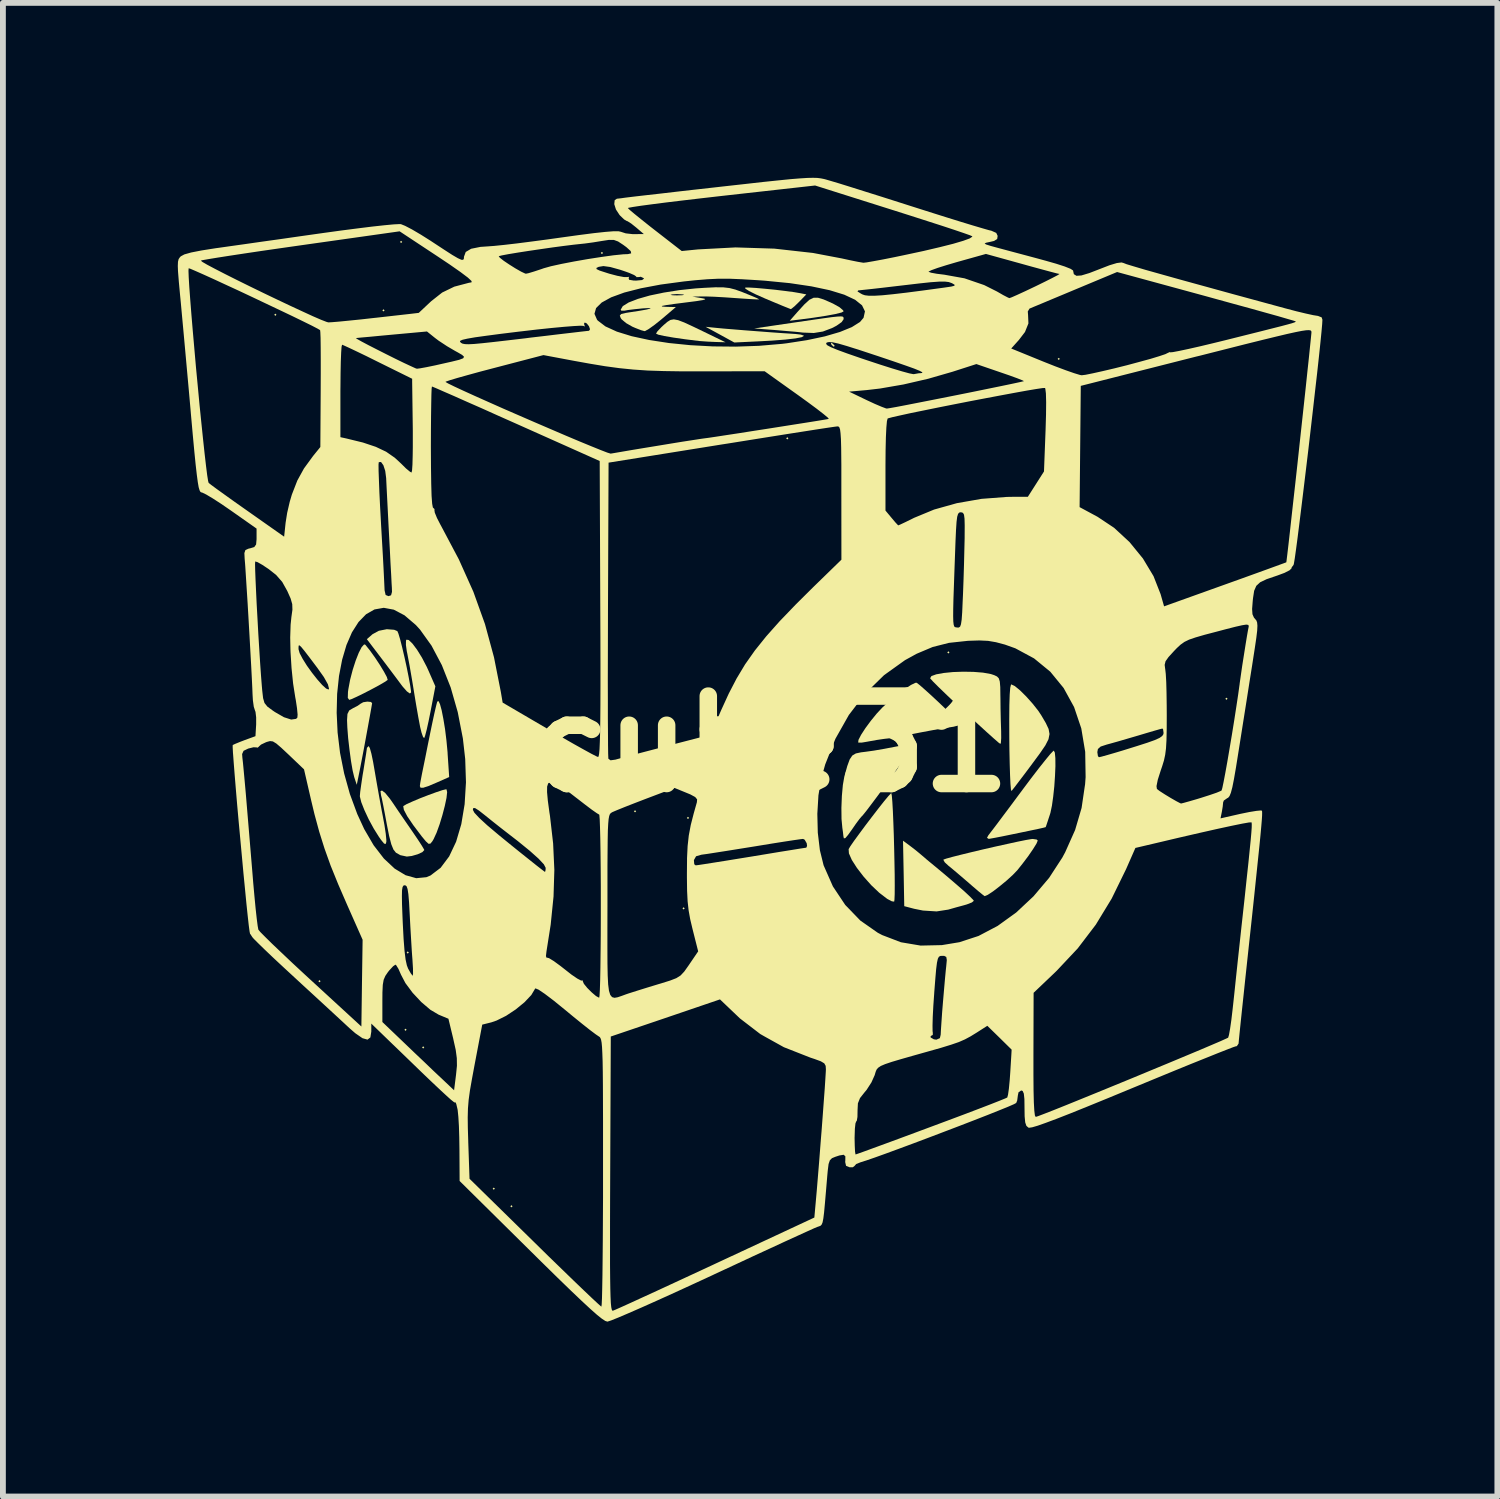
<source format=kicad_pcb>
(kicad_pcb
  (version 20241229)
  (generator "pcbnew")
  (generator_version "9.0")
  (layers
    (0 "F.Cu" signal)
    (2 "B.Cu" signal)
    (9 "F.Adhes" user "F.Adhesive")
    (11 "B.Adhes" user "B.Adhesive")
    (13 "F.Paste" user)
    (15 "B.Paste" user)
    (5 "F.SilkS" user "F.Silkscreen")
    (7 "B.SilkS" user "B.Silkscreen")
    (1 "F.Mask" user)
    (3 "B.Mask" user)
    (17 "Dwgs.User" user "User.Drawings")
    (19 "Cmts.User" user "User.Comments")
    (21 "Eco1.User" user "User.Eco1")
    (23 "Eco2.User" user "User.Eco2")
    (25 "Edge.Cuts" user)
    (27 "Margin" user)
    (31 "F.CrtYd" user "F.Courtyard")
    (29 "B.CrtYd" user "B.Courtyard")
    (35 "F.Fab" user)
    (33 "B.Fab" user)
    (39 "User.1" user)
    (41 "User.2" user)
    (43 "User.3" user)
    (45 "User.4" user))
  (footprint "cube31"
    (layer "F.Cu")
    (at 10.171 9.712)
    (property "Reference" "cube31" (at 0 0 0) (layer "F.SilkS") (effects (font (size 1.5 1.5) (thickness 0.3))))
    (attr board_only exclude_from_pos_files exclude_from_bom)
    (fp_poly (pts (xy -8.479 -7.363) (xy -8.498 -7.344) (xy -8.517 -7.363) (xy -8.498 -7.382)) (stroke (width 0) (type solid)) (fill yes) (layer "F.SilkS"))
    (fp_poly (pts (xy -7.722 4.069) (xy -7.741 4.088) (xy -7.76 4.069) (xy -7.741 4.05)) (stroke (width 0) (type solid)) (fill yes) (layer "F.SilkS"))
    (fp_poly (pts (xy -6.624 -7.438) (xy -6.643 -7.419) (xy -6.662 -7.438) (xy -6.643 -7.457)) (stroke (width 0) (type solid)) (fill yes) (layer "F.SilkS"))
    (fp_poly (pts (xy -6.322 -8.612) (xy -6.341 -8.593) (xy -6.359 -8.612) (xy -6.341 -8.631)) (stroke (width 0) (type solid)) (fill yes) (layer "F.SilkS"))
    (fp_poly (pts (xy -6.246 4.902) (xy -6.265 4.921) (xy -6.284 4.902) (xy -6.265 4.883)) (stroke (width 0) (type solid)) (fill yes) (layer "F.SilkS"))
    (fp_poly (pts (xy -6.208 3.577) (xy -6.227 3.596) (xy -6.246 3.577) (xy -6.227 3.558)) (stroke (width 0) (type solid)) (fill yes) (layer "F.SilkS"))
    (fp_poly (pts (xy -5.943 5.205) (xy -5.962 5.224) (xy -5.981 5.205) (xy -5.962 5.186)) (stroke (width 0) (type solid)) (fill yes) (layer "F.SilkS"))
    (fp_poly (pts (xy -4.732 7.628) (xy -4.751 7.646) (xy -4.77 7.628) (xy -4.751 7.609)) (stroke (width 0) (type solid)) (fill yes) (layer "F.SilkS"))
    (fp_poly (pts (xy -4.429 7.93) (xy -4.448 7.949) (xy -4.467 7.93) (xy -4.448 7.911)) (stroke (width 0) (type solid)) (fill yes) (layer "F.SilkS"))
    (fp_poly (pts (xy -2.877 -8.423) (xy -2.896 -8.404) (xy -2.915 -8.423) (xy -2.896 -8.441)) (stroke (width 0) (type solid)) (fill yes) (layer "F.SilkS"))
    (fp_poly (pts (xy -2.309 1.155) (xy -2.328 1.173) (xy -2.347 1.155) (xy -2.328 1.136)) (stroke (width 0) (type solid)) (fill yes) (layer "F.SilkS"))
    (fp_poly (pts (xy -1.476 2.82) (xy -1.495 2.839) (xy -1.514 2.82) (xy -1.495 2.801)) (stroke (width 0) (type solid)) (fill yes) (layer "F.SilkS"))
    (fp_poly (pts (xy -1.401 1.268) (xy -1.42 1.287) (xy -1.438 1.268) (xy -1.42 1.249)) (stroke (width 0) (type solid)) (fill yes) (layer "F.SilkS"))
    (fp_poly (pts (xy 0.303 -5.243) (xy 0.284 -5.224) (xy 0.265 -5.243) (xy 0.284 -5.262)) (stroke (width 0) (type solid)) (fill yes) (layer "F.SilkS"))
    (fp_poly (pts (xy 3.066 -1.571) (xy 3.047 -1.552) (xy 3.028 -1.571) (xy 3.047 -1.59)) (stroke (width 0) (type solid)) (fill yes) (layer "F.SilkS"))
    (fp_poly (pts (xy 4.959 -6.606) (xy 4.94 -6.587) (xy 4.921 -6.606) (xy 4.94 -6.624)) (stroke (width 0) (type solid)) (fill yes) (layer "F.SilkS"))
    (fp_poly (pts (xy 7.836 -0.776) (xy 7.817 -0.757) (xy 7.798 -0.776) (xy 7.817 -0.795)) (stroke (width 0) (type solid)) (fill yes) (layer "F.SilkS"))
    (fp_poly (pts (xy 1.054 -6.874) (xy 1.095 -6.836) (xy 1.086 -6.814) (xy 1.081 -6.814) (xy 1.049 -6.841) (xy 1.037 -6.857) (xy 1.033 -6.883)) (stroke (width 0) (type solid)) (fill yes) (layer "F.SilkS"))
    (fp_poly (pts (xy 0.902 -7.627) (xy 0.915 -7.622) (xy 1.067 -7.555) (xy 1.181 -7.491) (xy 1.242 -7.438) (xy 1.249 -7.42) (xy 1.213 -7.401) (xy 1.109 -7.375) (xy 0.946 -7.345) (xy 0.731 -7.312) (xy 0.513 -7.283) (xy 0.326 -7.26) (xy 0.454 -7.406) (xy 0.574 -7.538) (xy 0.662 -7.619) (xy 0.736 -7.655) (xy 0.81 -7.655)) (stroke (width 0) (type solid)) (fill yes) (layer "F.SilkS"))
    (fp_poly (pts (xy -0.927 -7.137) (xy -0.812 -7.126) (xy -0.641 -7.112) (xy -0.433 -7.095) (xy -0.209 -7.078) (xy 0.012 -7.061) (xy 0.211 -7.047) (xy 0.367 -7.037) (xy 0.426 -7.033) (xy 0.517 -7.022) (xy 0.566 -7.005) (xy 0.568 -7) (xy 0.531 -6.978) (xy 0.423 -6.957) (xy 0.25 -6.937) (xy 0.016 -6.919) (xy -0.206 -6.907) (xy -0.625 -6.887) (xy -0.871 -7.022) (xy -1.117 -7.156)) (stroke (width 0) (type solid)) (fill yes) (layer "F.SilkS"))
    (fp_poly (pts (xy -0.256 -7.823) (xy -0.1 -7.809) (xy 0.074 -7.792) (xy 0.247 -7.771) (xy 0.399 -7.751) (xy 0.504 -7.733) (xy 0.61 -7.712) (xy 0.487 -7.585) (xy 0.41 -7.51) (xy 0.356 -7.466) (xy 0.343 -7.46) (xy 0.302 -7.476) (xy 0.205 -7.515) (xy 0.068 -7.572) (xy -0.094 -7.64) (xy -0.254 -7.711) (xy -0.372 -7.77) (xy -0.436 -7.811) (xy -0.44 -7.829) (xy -0.376 -7.83)) (stroke (width 0) (type solid)) (fill yes) (layer "F.SilkS"))
    (fp_poly (pts (xy -1.588 -7.27) (xy -1.483 -7.23) (xy -1.334 -7.161) (xy -1.155 -7.075) (xy -0.776 -6.891) (xy -0.946 -6.896) (xy -1.081 -6.902) (xy -1.205 -6.911) (xy -1.23 -6.913) (xy -1.466 -6.942) (xy -1.667 -6.971) (xy -1.825 -6.998) (xy -1.929 -7.021) (xy -1.968 -7.04) (xy -1.968 -7.041) (xy -1.942 -7.081) (xy -1.876 -7.15) (xy -1.833 -7.19) (xy -1.772 -7.242) (xy -1.72 -7.274) (xy -1.663 -7.284)) (stroke (width 0) (type solid)) (fill yes) (layer "F.SilkS"))
    (fp_poly (pts (xy 1.237 -7.33) (xy 1.248 -7.317) (xy 1.25 -7.299) (xy 1.249 -7.285) (xy 1.216 -7.237) (xy 1.13 -7.176) (xy 1.05 -7.134) (xy 0.894 -7.075) (xy 0.739 -7.05) (xy 0.553 -7.057) (xy 0.492 -7.064) (xy 0.412 -7.072) (xy 0.28 -7.083) (xy 0.12 -7.097) (xy 0.057 -7.102) (xy -0.284 -7.128) (xy 0.435 -7.234) (xy 0.702 -7.273) (xy 0.904 -7.302) (xy 1.049 -7.322) (xy 1.146 -7.332) (xy 1.206 -7.335)) (stroke (width 0) (type solid)) (fill yes) (layer "F.SilkS"))
    (fp_poly (pts (xy -6.459 -1.959) (xy -6.405 -1.936) (xy -6.387 -1.894) (xy -6.357 -1.794) (xy -6.321 -1.652) (xy -6.282 -1.486) (xy -6.244 -1.312) (xy -6.211 -1.147) (xy -6.185 -1.006) (xy -6.171 -0.908) (xy -6.17 -0.884) (xy -6.19 -0.866) (xy -6.242 -0.903) (xy -6.315 -0.986) (xy -6.343 -1.023) (xy -6.415 -1.12) (xy -6.517 -1.256) (xy -6.631 -1.407) (xy -6.691 -1.486) (xy -6.928 -1.798) (xy -6.831 -1.883) (xy -6.722 -1.942) (xy -6.586 -1.969)) (stroke (width 0) (type solid)) (fill yes) (layer "F.SilkS"))
    (fp_poly (pts (xy -6.955 -1.703) (xy -6.876 -1.605) (xy -6.79 -1.485) (xy -6.706 -1.358) (xy -6.635 -1.241) (xy -6.586 -1.15) (xy -6.571 -1.101) (xy -6.572 -1.098) (xy -6.625 -1.062) (xy -6.723 -1.005) (xy -6.848 -0.938) (xy -6.981 -0.869) (xy -7.102 -0.81) (xy -7.193 -0.769) (xy -7.231 -0.757) (xy -7.255 -0.791) (xy -7.252 -0.893) (xy -7.246 -0.937) (xy -7.215 -1.103) (xy -7.171 -1.272) (xy -7.12 -1.43) (xy -7.067 -1.565) (xy -7.017 -1.662) (xy -6.975 -1.708)) (stroke (width 0) (type solid)) (fill yes) (layer "F.SilkS"))
    (fp_poly (pts (xy 2.374 1.736) (xy 2.482 1.819) (xy 2.58 1.9) (xy 2.671 1.978) (xy 2.75 2.044) (xy 2.751 2.044) (xy 2.975 2.23) (xy 3.165 2.392) (xy 3.316 2.523) (xy 3.421 2.621) (xy 3.476 2.678) (xy 3.483 2.69) (xy 3.45 2.718) (xy 3.366 2.751) (xy 3.322 2.764) (xy 3.189 2.8) (xy 3.066 2.835) (xy 3.045 2.841) (xy 2.845 2.872) (xy 2.611 2.857) (xy 2.461 2.827) (xy 2.29 2.782) (xy 2.28 2.221) (xy 2.269 1.659)) (stroke (width 0) (type solid)) (fill yes) (layer "F.SilkS"))
    (fp_poly (pts (xy -6.858 -0.721) (xy -6.838 -0.7) (xy -6.852 -0.617) (xy -6.877 -0.477) (xy -6.909 -0.301) (xy -6.945 -0.105) (xy -6.981 0.091) (xy -7.015 0.268) (xy -7.042 0.408) (xy -7.055 0.473) (xy -7.101 0.7) (xy -7.145 0.568) (xy -7.172 0.456) (xy -7.2 0.293) (xy -7.226 0.099) (xy -7.249 -0.1) (xy -7.263 -0.282) (xy -7.268 -0.408) (xy -7.261 -0.515) (xy -7.231 -0.575) (xy -7.164 -0.615) (xy -7.083 -0.657) (xy -7.039 -0.689) (xy -6.991 -0.716) (xy -6.92 -0.727)) (stroke (width 0) (type solid)) (fill yes) (layer "F.SilkS"))
    (fp_poly (pts (xy -6.21 -1.784) (xy -6.146 -1.722) (xy -6.067 -1.617) (xy -5.983 -1.481) (xy -5.902 -1.326) (xy -5.872 -1.26) (xy -5.753 -0.989) (xy -5.835 -0.561) (xy -5.87 -0.388) (xy -5.902 -0.244) (xy -5.929 -0.142) (xy -5.944 -0.102) (xy -5.964 -0.119) (xy -5.99 -0.194) (xy -6.014 -0.291) (xy -6.045 -0.456) (xy -6.078 -0.644) (xy -6.097 -0.757) (xy -6.15 -1.082) (xy -6.195 -1.343) (xy -6.234 -1.548) (xy -6.243 -1.59) (xy -6.258 -1.698) (xy -6.257 -1.773) (xy -6.25 -1.789)) (stroke (width 0) (type solid)) (fill yes) (layer "F.SilkS"))
    (fp_poly (pts (xy -5.562 0.778) (xy -5.551 0.825) (xy -5.562 0.925) (xy -5.591 1.062) (xy -5.632 1.219) (xy -5.68 1.377) (xy -5.732 1.521) (xy -5.783 1.632) (xy -5.805 1.669) (xy -5.838 1.709) (xy -5.87 1.712) (xy -5.916 1.67) (xy -5.988 1.583) (xy -6.132 1.392) (xy -6.235 1.24) (xy -6.293 1.13) (xy -6.304 1.069) (xy -6.299 1.063) (xy -6.247 1.032) (xy -6.147 0.987) (xy -6.017 0.932) (xy -5.875 0.877) (xy -5.741 0.828) (xy -5.633 0.792) (xy -5.57 0.777)) (stroke (width 0) (type solid)) (fill yes) (layer "F.SilkS"))
    (fp_poly (pts (xy -6.612 0.842) (xy -6.533 0.939) (xy -6.481 1.013) (xy -6.388 1.151) (xy -6.273 1.319) (xy -6.159 1.484) (xy -6.139 1.513) (xy -6.053 1.64) (xy -5.986 1.743) (xy -5.948 1.807) (xy -5.943 1.819) (xy -5.976 1.855) (xy -6.057 1.892) (xy -6.158 1.921) (xy -6.243 1.931) (xy -6.354 1.907) (xy -6.43 1.864) (xy -6.472 1.811) (xy -6.509 1.72) (xy -6.546 1.577) (xy -6.585 1.382) (xy -6.618 1.204) (xy -6.648 1.048) (xy -6.672 0.931) (xy -6.685 0.88) (xy -6.694 0.809) (xy -6.668 0.798)) (stroke (width 0) (type solid)) (fill yes) (layer "F.SilkS"))
    (fp_poly (pts (xy -5.674 -0.684) (xy -5.645 -0.578) (xy -5.616 -0.431) (xy -5.587 -0.255) (xy -5.563 -0.061) (xy -5.544 0.14) (xy -5.542 0.18) (xy -5.516 0.567) (xy -5.731 0.662) (xy -5.875 0.723) (xy -5.963 0.751) (xy -6.007 0.75) (xy -6.019 0.722) (xy -6.012 0.667) (xy -5.993 0.566) (xy -5.981 0.504) (xy -5.959 0.396) (xy -5.926 0.235) (xy -5.888 0.043) (xy -5.847 -0.159) (xy -5.846 -0.165) (xy -5.807 -0.354) (xy -5.771 -0.521) (xy -5.741 -0.65) (xy -5.722 -0.723) (xy -5.72 -0.727) (xy -5.7 -0.737)) (stroke (width 0) (type solid)) (fill yes) (layer "F.SilkS"))
    (fp_poly (pts (xy 4.186 -0.994) (xy 4.276 -0.92) (xy 4.383 -0.814) (xy 4.492 -0.692) (xy 4.59 -0.568) (xy 4.644 -0.486) (xy 4.719 -0.358) (xy 4.766 -0.258) (xy 4.782 -0.171) (xy 4.764 -0.081) (xy 4.71 0.025) (xy 4.616 0.162) (xy 4.484 0.341) (xy 4.366 0.499) (xy 4.262 0.636) (xy 4.183 0.74) (xy 4.136 0.799) (xy 4.129 0.807) (xy 4.12 0.779) (xy 4.112 0.686) (xy 4.105 0.537) (xy 4.099 0.341) (xy 4.094 0.108) (xy 4.092 -0.092) (xy 4.091 -0.416) (xy 4.093 -0.668) (xy 4.099 -0.85) (xy 4.108 -0.965) (xy 4.121 -1.018) (xy 4.126 -1.022)) (stroke (width 0) (type solid)) (fill yes) (layer "F.SilkS"))
    (fp_poly (pts (xy -6.876 0.073) (xy -6.85 0.167) (xy -6.821 0.307) (xy -6.797 0.445) (xy -6.759 0.667) (xy -6.715 0.914) (xy -6.673 1.144) (xy -6.657 1.226) (xy -6.626 1.393) (xy -6.604 1.54) (xy -6.594 1.645) (xy -6.594 1.68) (xy -6.607 1.717) (xy -6.634 1.707) (xy -6.686 1.643) (xy -6.723 1.59) (xy -6.81 1.451) (xy -6.896 1.293) (xy -6.97 1.135) (xy -7.024 0.998) (xy -7.048 0.901) (xy -7.048 0.89) (xy -7.042 0.82) (xy -7.025 0.697) (xy -7.002 0.542) (xy -6.987 0.454) (xy -6.962 0.297) (xy -6.941 0.168) (xy -6.929 0.086) (xy -6.927 0.066) (xy -6.899 0.038) (xy -6.895 0.038)) (stroke (width 0) (type solid)) (fill yes) (layer "F.SilkS"))
    (fp_poly (pts (xy 2.077 0.888) (xy 2.086 0.995) (xy 2.095 1.152) (xy 2.103 1.346) (xy 2.111 1.565) (xy 2.117 1.795) (xy 2.122 2.024) (xy 2.126 2.239) (xy 2.127 2.427) (xy 2.126 2.576) (xy 2.122 2.672) (xy 2.117 2.704) (xy 2.076 2.698) (xy 2.002 2.659) (xy 1.993 2.653) (xy 1.86 2.551) (xy 1.723 2.421) (xy 1.593 2.275) (xy 1.479 2.127) (xy 1.391 1.99) (xy 1.341 1.877) (xy 1.336 1.804) (xy 1.366 1.753) (xy 1.431 1.659) (xy 1.521 1.536) (xy 1.626 1.394) (xy 1.738 1.247) (xy 1.846 1.107) (xy 1.942 0.985) (xy 2.017 0.895) (xy 2.061 0.848) (xy 2.068 0.844)) (stroke (width 0) (type solid)) (fill yes) (layer "F.SilkS"))
    (fp_poly (pts (xy 3.478 -1.237) (xy 3.641 -1.224) (xy 3.775 -1.2) (xy 3.833 -1.181) (xy 3.881 -1.158) (xy 3.912 -1.126) (xy 3.929 -1.071) (xy 3.937 -0.976) (xy 3.939 -0.824) (xy 3.94 -0.786) (xy 3.942 -0.598) (xy 3.946 -0.409) (xy 3.951 -0.252) (xy 3.952 -0.218) (xy 3.953 -0.101) (xy 3.948 -0.022) (xy 3.939 -0.001) (xy 3.906 -0.025) (xy 3.827 -0.094) (xy 3.709 -0.2) (xy 3.561 -0.335) (xy 3.391 -0.491) (xy 3.333 -0.545) (xy 3.158 -0.709) (xy 3.002 -0.857) (xy 2.875 -0.98) (xy 2.784 -1.071) (xy 2.738 -1.122) (xy 2.734 -1.128) (xy 2.756 -1.165) (xy 2.839 -1.195) (xy 2.967 -1.218) (xy 3.126 -1.234) (xy 3.302 -1.24)) (stroke (width 0) (type solid)) (fill yes) (layer "F.SilkS"))
    (fp_poly (pts (xy 4.562 1.639) (xy 4.58 1.656) (xy 4.558 1.709) (xy 4.499 1.804) (xy 4.415 1.926) (xy 4.316 2.057) (xy 4.229 2.166) (xy 4.149 2.249) (xy 4.042 2.346) (xy 3.924 2.443) (xy 3.812 2.529) (xy 3.722 2.588) (xy 3.67 2.61) (xy 3.669 2.61) (xy 3.635 2.585) (xy 3.559 2.523) (xy 3.454 2.433) (xy 3.407 2.392) (xy 3.278 2.281) (xy 3.158 2.179) (xy 3.067 2.103) (xy 3.051 2.091) (xy 2.985 2.03) (xy 2.961 1.988) (xy 2.963 1.983) (xy 3.007 1.967) (xy 3.111 1.938) (xy 3.261 1.9) (xy 3.445 1.855) (xy 3.647 1.807) (xy 3.856 1.759) (xy 4.056 1.715) (xy 4.234 1.676) (xy 4.377 1.647) (xy 4.471 1.631) (xy 4.495 1.629)) (stroke (width 0) (type solid)) (fill yes) (layer "F.SilkS"))
    (fp_poly (pts (xy 4.873 0.148) (xy 4.882 0.243) (xy 4.883 0.381) (xy 4.876 0.547) (xy 4.864 0.726) (xy 4.845 0.903) (xy 4.823 1.06) (xy 4.797 1.183) (xy 4.788 1.211) (xy 4.751 1.324) (xy 4.725 1.402) (xy 4.716 1.426) (xy 4.68 1.436) (xy 4.587 1.457) (xy 4.453 1.485) (xy 4.295 1.518) (xy 4.13 1.552) (xy 3.975 1.584) (xy 3.847 1.609) (xy 3.763 1.624) (xy 3.739 1.628) (xy 3.71 1.61) (xy 3.71 1.609) (xy 3.731 1.569) (xy 3.765 1.524) (xy 3.803 1.475) (xy 3.879 1.375) (xy 3.985 1.233) (xy 4.114 1.061) (xy 4.258 0.867) (xy 4.319 0.785) (xy 4.465 0.59) (xy 4.598 0.417) (xy 4.711 0.275) (xy 4.795 0.173) (xy 4.846 0.12) (xy 4.855 0.114)) (stroke (width 0) (type solid)) (fill yes) (layer "F.SilkS"))
    (fp_poly (pts (xy 2.543 -1.02) (xy 2.624 -0.95) (xy 2.733 -0.852) (xy 2.856 -0.738) (xy 2.981 -0.619) (xy 3.095 -0.508) (xy 3.187 -0.417) (xy 3.244 -0.356) (xy 3.255 -0.339) (xy 3.221 -0.318) (xy 3.134 -0.296) (xy 3.057 -0.284) (xy 2.928 -0.264) (xy 2.755 -0.233) (xy 2.569 -0.198) (xy 2.498 -0.184) (xy 2.319 -0.149) (xy 2.147 -0.118) (xy 2.01 -0.096) (xy 1.968 -0.091) (xy 1.825 -0.07) (xy 1.684 -0.045) (xy 1.658 -0.04) (xy 1.563 -0.024) (xy 1.505 -0.024) (xy 1.5 -0.027) (xy 1.505 -0.071) (xy 1.55 -0.158) (xy 1.624 -0.272) (xy 1.717 -0.398) (xy 1.819 -0.523) (xy 1.919 -0.63) (xy 2.04 -0.74) (xy 2.171 -0.848) (xy 2.298 -0.942) (xy 2.406 -1.013) (xy 2.48 -1.049) (xy 2.501 -1.051)) (stroke (width 0) (type solid)) (fill yes) (layer "F.SilkS"))
    (fp_poly (pts (xy 2.444 0.009) (xy 2.428 0.043) (xy 2.375 0.126) (xy 2.293 0.248) (xy 2.189 0.396) (xy 2.072 0.56) (xy 1.951 0.729) (xy 1.832 0.892) (xy 1.724 1.036) (xy 1.636 1.152) (xy 1.575 1.227) (xy 1.553 1.249) (xy 1.52 1.289) (xy 1.459 1.371) (xy 1.406 1.448) (xy 1.326 1.56) (xy 1.279 1.615) (xy 1.254 1.618) (xy 1.246 1.58) (xy 1.238 1.508) (xy 1.228 1.438) (xy 1.214 1.287) (xy 1.212 1.095) (xy 1.22 0.891) (xy 1.237 0.703) (xy 1.262 0.559) (xy 1.265 0.549) (xy 1.313 0.377) (xy 1.354 0.265) (xy 1.399 0.198) (xy 1.46 0.162) (xy 1.549 0.143) (xy 1.616 0.135) (xy 1.767 0.114) (xy 1.953 0.082) (xy 2.129 0.048) (xy 2.269 0.022) (xy 2.379 0.008) (xy 2.439 0.007)) (stroke (width 0) (type solid)) (fill yes) (layer "F.SilkS"))
    (fp_poly (pts (xy -0.814 -7.833) (xy -0.708 -7.821) (xy -0.607 -7.795) (xy -0.486 -7.751) (xy -0.459 -7.74) (xy -0.333 -7.689) (xy -0.241 -7.65) (xy -0.199 -7.628) (xy -0.198 -7.627) (xy -0.238 -7.626) (xy -0.336 -7.631) (xy -0.478 -7.64) (xy -0.606 -7.649) (xy -0.793 -7.662) (xy -0.971 -7.672) (xy -1.115 -7.677) (xy -1.173 -7.677) (xy -1.344 -7.674) (xy -1.192 -7.649) (xy -1.135 -7.638) (xy -1.124 -7.626) (xy -1.168 -7.614) (xy -1.274 -7.597) (xy -1.438 -7.576) (xy -1.65 -7.549) (xy -1.79 -7.529) (xy -1.862 -7.515) (xy -1.87 -7.505) (xy -1.818 -7.5) (xy -1.769 -7.498) (xy -1.627 -7.495) (xy -1.872 -7.287) (xy -1.99 -7.192) (xy -2.089 -7.121) (xy -2.154 -7.084) (xy -2.166 -7.082) (xy -2.228 -7.099) (xy -2.327 -7.138) (xy -2.375 -7.159) (xy -2.48 -7.219) (xy -2.557 -7.283) (xy -2.573 -7.305) (xy -2.589 -7.349) (xy -2.565 -7.376) (xy -2.487 -7.394) (xy -2.432 -7.403) (xy -2.256 -7.43) (xy -2.132 -7.452) (xy -2.067 -7.468) (xy -2.064 -7.477) (xy -2.128 -7.476) (xy -2.196 -7.472) (xy -2.334 -7.458) (xy -2.449 -7.444) (xy -2.508 -7.433) (xy -2.563 -7.433) (xy -2.574 -7.45) (xy -2.538 -7.511) (xy -2.436 -7.574) (xy -2.278 -7.635) (xy -2.075 -7.693) (xy -2.027 -7.703) (xy -1.72 -7.703) (xy -1.679 -7.697) (xy -1.609 -7.695) (xy -1.519 -7.698) (xy -1.486 -7.704) (xy -1.504 -7.711) (xy -1.608 -7.718) (xy -1.693 -7.712) (xy -1.72 -7.703) (xy -2.027 -7.703) (xy -1.835 -7.743) (xy -1.569 -7.785) (xy -1.287 -7.815) (xy -1.133 -7.825) (xy -0.948 -7.834)) (stroke (width 0) (type solid)) (fill yes) (layer "F.SilkS"))
    (fp_poly (pts (xy 0.8 -9.71) (xy 0.861 -9.702) (xy 0.916 -9.691) (xy 0.946 -9.683) (xy 1.031 -9.658) (xy 1.179 -9.614) (xy 1.378 -9.552) (xy 1.619 -9.476) (xy 1.893 -9.39) (xy 2.188 -9.296) (xy 2.423 -9.221) (xy 2.722 -9.126) (xy 3.001 -9.038) (xy 3.252 -8.96) (xy 3.465 -8.895) (xy 3.631 -8.846) (xy 3.742 -8.814) (xy 3.785 -8.804) (xy 3.868 -8.767) (xy 3.892 -8.716) (xy 3.884 -8.662) (xy 3.831 -8.629) (xy 3.759 -8.612) (xy 3.693 -8.598) (xy 3.669 -8.585) (xy 3.693 -8.569) (xy 3.775 -8.543) (xy 3.921 -8.503) (xy 3.937 -8.499) (xy 4.108 -8.453) (xy 4.322 -8.396) (xy 4.55 -8.335) (xy 4.722 -8.288) (xy 4.897 -8.238) (xy 5.042 -8.191) (xy 5.143 -8.151) (xy 5.185 -8.123) (xy 5.186 -8.121) (xy 5.199 -8.059) (xy 5.244 -8.031) (xy 5.329 -8.037) (xy 5.465 -8.078) (xy 5.628 -8.141) (xy 5.811 -8.212) (xy 5.937 -8.25) (xy 6.017 -8.26) (xy 6.05 -8.251) (xy 6.104 -8.23) (xy 6.229 -8.192) (xy 6.425 -8.134) (xy 6.692 -8.059) (xy 7.031 -7.964) (xy 7.442 -7.851) (xy 7.925 -7.718) (xy 8.48 -7.567) (xy 8.825 -7.473) (xy 9.011 -7.424) (xy 9.177 -7.384) (xy 9.305 -7.356) (xy 9.379 -7.344) (xy 9.384 -7.344) (xy 9.45 -7.318) (xy 9.463 -7.277) (xy 9.459 -7.205) (xy 9.447 -7.069) (xy 9.428 -6.879) (xy 9.403 -6.642) (xy 9.373 -6.367) (xy 9.338 -6.063) (xy 9.301 -5.736) (xy 9.262 -5.397) (xy 9.222 -5.052) (xy 9.181 -4.71) (xy 9.141 -4.379) (xy 9.103 -4.068) (xy 9.068 -3.785) (xy 9.037 -3.538) (xy 9.01 -3.335) (xy 8.989 -3.185) (xy 8.974 -3.095) (xy 8.968 -3.072) (xy 8.935 -3.029) (xy 8.934 -3.014) (xy 8.9 -2.98) (xy 8.812 -2.935) (xy 8.688 -2.889) (xy 8.676 -2.885) (xy 8.506 -2.827) (xy 8.395 -2.774) (xy 8.329 -2.713) (xy 8.292 -2.628) (xy 8.273 -2.504) (xy 8.268 -2.458) (xy 8.257 -2.316) (xy 8.263 -2.226) (xy 8.288 -2.169) (xy 8.308 -2.145) (xy 8.33 -2.119) (xy 8.343 -2.084) (xy 8.348 -2.029) (xy 8.344 -1.945) (xy 8.329 -1.819) (xy 8.303 -1.643) (xy 8.266 -1.404) (xy 8.258 -1.352) (xy 8.212 -1.063) (xy 8.16 -0.73) (xy 8.105 -0.383) (xy 8.053 -0.054) (xy 8.022 0.141) (xy 7.98 0.404) (xy 7.946 0.601) (xy 7.918 0.742) (xy 7.893 0.836) (xy 7.87 0.893) (xy 7.846 0.922) (xy 7.831 0.929) (xy 7.772 0.97) (xy 7.76 1.001) (xy 7.753 1.072) (xy 7.738 1.163) (xy 7.715 1.276) (xy 8.058 1.198) (xy 8.21 1.167) (xy 8.333 1.147) (xy 8.409 1.14) (xy 8.424 1.144) (xy 8.428 1.155) (xy 8.429 1.183) (xy 8.428 1.233) (xy 8.423 1.309) (xy 8.414 1.416) (xy 8.401 1.559) (xy 8.383 1.742) (xy 8.359 1.972) (xy 8.33 2.252) (xy 8.295 2.587) (xy 8.253 2.982) (xy 8.203 3.443) (xy 8.146 3.973) (xy 8.139 4.037) (xy 8.11 4.313) (xy 8.083 4.565) (xy 8.06 4.784) (xy 8.042 4.959) (xy 8.03 5.08) (xy 8.025 5.137) (xy 8.025 5.139) (xy 7.995 5.183) (xy 7.977 5.186) (xy 7.934 5.2) (xy 7.828 5.241) (xy 7.665 5.305) (xy 7.454 5.39) (xy 7.2 5.492) (xy 6.911 5.61) (xy 6.593 5.741) (xy 6.254 5.881) (xy 6.208 5.9) (xy 5.787 6.074) (xy 5.432 6.219) (xy 5.137 6.338) (xy 4.899 6.431) (xy 4.714 6.5) (xy 4.578 6.548) (xy 4.485 6.575) (xy 4.432 6.583) (xy 4.419 6.58) (xy 4.385 6.55) (xy 4.365 6.491) (xy 4.355 6.387) (xy 4.353 6.245) (xy 4.351 6.09) (xy 4.341 5.997) (xy 4.321 5.952) (xy 4.296 5.943) (xy 4.25 5.975) (xy 4.239 6.028) (xy 4.227 6.117) (xy 4.21 6.158) (xy 4.171 6.179) (xy 4.07 6.223) (xy 3.917 6.285) (xy 3.722 6.363) (xy 3.494 6.452) (xy 3.243 6.549) (xy 2.978 6.65) (xy 2.71 6.752) (xy 2.447 6.851) (xy 2.199 6.943) (xy 1.976 7.025) (xy 1.787 7.093) (xy 1.642 7.143) (xy 1.551 7.172) (xy 1.541 7.175) (xy 1.466 7.205) (xy 1.438 7.237) (xy 1.407 7.261) (xy 1.353 7.261) (xy 1.292 7.236) (xy 1.277 7.171) (xy 1.279 7.145) (xy 1.28 7.073) (xy 1.251 7.046) (xy 1.178 7.058) (xy 1.108 7.081) (xy 1.05 7.105) (xy 1.014 7.141) (xy 0.992 7.205) (xy 0.978 7.317) (xy 0.97 7.402) (xy 0.947 7.676) (xy 0.929 7.884) (xy 0.915 8.035) (xy 0.902 8.139) (xy 0.889 8.206) (xy 0.873 8.244) (xy 0.854 8.264) (xy 0.829 8.274) (xy 0.799 8.284) (xy 0.746 8.306) (xy 0.631 8.358) (xy 0.462 8.435) (xy 0.245 8.534) (xy -0.012 8.653) (xy -0.303 8.787) (xy -0.62 8.935) (xy -0.956 9.091) (xy -1.004 9.114) (xy -1.342 9.27) (xy -1.662 9.417) (xy -1.956 9.55) (xy -2.218 9.667) (xy -2.44 9.764) (xy -2.616 9.839) (xy -2.738 9.888) (xy -2.799 9.908) (xy -2.803 9.908) (xy -2.838 9.897) (xy -2.896 9.859) (xy -2.98 9.792) (xy -3.094 9.691) (xy -3.243 9.553) (xy -3.43 9.375) (xy -3.66 9.152) (xy -3.937 8.88) (xy -4.117 8.702) (xy -5.337 7.496) (xy -5.34 6.956) (xy -5.343 6.747) (xy -5.349 6.553) (xy -5.358 6.405) (xy -5.198 6.405) (xy -5.196 6.585) (xy -5.189 6.812) (xy -5.189 6.824) (xy -5.167 7.458) (xy -4.05 8.553) (xy -3.81 8.789) (xy -3.585 9.007) (xy -3.383 9.203) (xy -3.209 9.37) (xy -3.069 9.503) (xy -2.969 9.596) (xy -2.914 9.645) (xy -2.905 9.651) (xy -2.9 9.614) (xy -2.895 9.509) (xy -2.891 9.34) (xy -2.887 9.116) (xy -2.884 8.842) (xy -2.882 8.63) (xy -2.757 8.63) (xy -2.757 8.921) (xy -2.755 9.157) (xy -2.752 9.344) (xy -2.748 9.486) (xy -2.743 9.59) (xy -2.736 9.66) (xy -2.727 9.702) (xy -2.717 9.72) (xy -2.709 9.722) (xy -2.665 9.704) (xy -2.559 9.657) (xy -2.398 9.584) (xy -2.189 9.488) (xy -1.938 9.373) (xy -1.653 9.241) (xy -1.34 9.096) (xy -1.006 8.941) (xy -0.953 8.916) (xy 0.748 8.123) (xy 0.772 7.856) (xy 0.789 7.665) (xy 0.808 7.436) (xy 0.829 7.18) (xy 0.85 6.909) (xy 0.862 6.757) (xy 1.438 6.757) (xy 1.441 6.893) (xy 1.446 6.993) (xy 1.454 7.04) (xy 1.456 7.041) (xy 1.494 7.028) (xy 1.595 6.992) (xy 1.751 6.935) (xy 1.953 6.861) (xy 2.195 6.772) (xy 2.467 6.671) (xy 2.752 6.565) (xy 3.047 6.455) (xy 3.319 6.353) (xy 3.561 6.261) (xy 3.764 6.183) (xy 3.919 6.122) (xy 4.02 6.081) (xy 4.057 6.064) (xy 4.07 6.017) (xy 4.085 5.912) (xy 4.099 5.766) (xy 4.108 5.64) (xy 4.127 5.332) (xy 4.506 5.332) (xy 4.506 5.675) (xy 4.508 5.945) (xy 4.513 6.149) (xy 4.521 6.289) (xy 4.531 6.371) (xy 4.545 6.397) (xy 4.545 6.397) (xy 4.588 6.383) (xy 4.693 6.343) (xy 4.854 6.28) (xy 5.064 6.196) (xy 5.315 6.094) (xy 5.6 5.978) (xy 5.912 5.85) (xy 6.202 5.731) (xy 6.532 5.594) (xy 6.841 5.466) (xy 7.121 5.349) (xy 7.365 5.247) (xy 7.567 5.161) (xy 7.719 5.096) (xy 7.814 5.053) (xy 7.846 5.038) (xy 7.86 4.992) (xy 7.879 4.886) (xy 7.901 4.733) (xy 7.923 4.547) (xy 7.931 4.474) (xy 7.953 4.271) (xy 7.98 4.012) (xy 8.011 3.721) (xy 8.044 3.417) (xy 8.076 3.12) (xy 8.083 3.057) (xy 8.128 2.649) (xy 8.164 2.309) (xy 8.194 2.033) (xy 8.216 1.814) (xy 8.233 1.645) (xy 8.244 1.52) (xy 8.25 1.434) (xy 8.251 1.38) (xy 8.249 1.352) (xy 8.246 1.344) (xy 8.203 1.346) (xy 8.089 1.366) (xy 7.908 1.403) (xy 7.663 1.456) (xy 7.357 1.525) (xy 6.993 1.609) (xy 6.676 1.684) (xy 6.255 1.783) (xy 6.095 2.147) (xy 5.848 2.652) (xy 5.576 3.099) (xy 5.266 3.506) (xy 4.907 3.888) (xy 4.867 3.927) (xy 4.509 4.268) (xy 4.506 5.332) (xy 4.127 5.332) (xy 4.132 5.243) (xy 3.924 5.038) (xy 3.715 4.834) (xy 3.532 4.951) (xy 3.428 5.015) (xy 3.331 5.067) (xy 3.226 5.113) (xy 3.095 5.158) (xy 2.923 5.211) (xy 2.725 5.267) (xy 2.448 5.345) (xy 2.234 5.406) (xy 2.076 5.453) (xy 1.963 5.491) (xy 1.888 5.523) (xy 1.842 5.554) (xy 1.815 5.586) (xy 1.799 5.625) (xy 1.785 5.673) (xy 1.783 5.68) (xy 1.727 5.805) (xy 1.643 5.935) (xy 1.61 5.974) (xy 1.531 6.074) (xy 1.495 6.164) (xy 1.489 6.282) (xy 1.489 6.294) (xy 1.487 6.398) (xy 1.476 6.463) (xy 1.467 6.473) (xy 1.453 6.508) (xy 1.443 6.6) (xy 1.439 6.73) (xy 1.438 6.757) (xy 0.862 6.757) (xy 0.872 6.635) (xy 0.892 6.37) (xy 0.91 6.125) (xy 0.926 5.911) (xy 0.937 5.741) (xy 0.944 5.625) (xy 0.946 5.581) (xy 0.942 5.521) (xy 0.918 5.478) (xy 0.859 5.443) (xy 0.75 5.403) (xy 0.68 5.38) (xy 0.225 5.201) (xy -0.101 5.02) (xy 2.739 5.02) (xy 2.744 5.035) (xy 2.798 5.066) (xy 2.841 5.072) (xy 2.901 5.046) (xy 2.915 4.987) (xy 2.919 4.91) (xy 2.928 4.775) (xy 2.94 4.601) (xy 2.956 4.406) (xy 2.973 4.208) (xy 2.989 4.025) (xy 3.003 3.877) (xy 3.01 3.814) (xy 3.02 3.706) (xy 3.011 3.653) (xy 2.976 3.635) (xy 2.941 3.634) (xy 2.909 3.636) (xy 2.884 3.65) (xy 2.866 3.685) (xy 2.851 3.753) (xy 2.837 3.864) (xy 2.823 4.028) (xy 2.805 4.257) (xy 2.804 4.275) (xy 2.789 4.489) (xy 2.779 4.677) (xy 2.775 4.827) (xy 2.776 4.925) (xy 2.78 4.956) (xy 2.779 4.993) (xy 2.763 4.997) (xy 2.739 5.02) (xy -0.101 5.02) (xy -0.18 4.975) (xy -0.529 4.707) (xy -0.573 4.665) (xy -0.871 4.381) (xy -1.807 4.7) (xy -2.744 5.018) (xy -2.754 7.376) (xy -2.756 7.863) (xy -2.757 8.279) (xy -2.757 8.63) (xy -2.882 8.63) (xy -2.881 8.524) (xy -2.879 8.17) (xy -2.877 7.785) (xy -2.877 7.377) (xy -2.877 7.353) (xy -2.877 6.878) (xy -2.877 6.474) (xy -2.878 6.134) (xy -2.879 5.852) (xy -2.881 5.624) (xy -2.884 5.442) (xy -2.889 5.303) (xy -2.894 5.199) (xy -2.901 5.125) (xy -2.91 5.075) (xy -2.921 5.045) (xy -2.933 5.027) (xy -2.948 5.017) (xy -2.951 5.015) (xy -3.004 4.979) (xy -3.104 4.904) (xy -3.239 4.797) (xy -3.398 4.668) (xy -3.526 4.562) (xy -3.723 4.402) (xy -3.876 4.286) (xy -3.981 4.215) (xy -4.036 4.192) (xy -4.042 4.197) (xy -4.107 4.306) (xy -4.223 4.429) (xy -4.374 4.553) (xy -4.54 4.663) (xy -4.703 4.744) (xy -4.793 4.775) (xy -4.949 4.814) (xy -5.08 5.502) (xy -5.126 5.75) (xy -5.16 5.944) (xy -5.182 6.105) (xy -5.194 6.252) (xy -5.198 6.405) (xy -5.358 6.405) (xy -5.359 6.391) (xy -5.37 6.282) (xy -5.373 6.265) (xy -5.393 6.18) (xy -5.406 6.145) (xy -5.409 6.149) (xy -5.417 6.152) (xy -5.441 6.138) (xy -5.487 6.101) (xy -5.558 6.037) (xy -5.66 5.943) (xy -5.798 5.813) (xy -5.975 5.644) (xy -6.196 5.43) (xy -6.467 5.168) (xy -6.482 5.154) (xy -6.852 4.796) (xy -6.852 4.934) (xy -6.868 5.034) (xy -6.917 5.071) (xy -7.003 5.047) (xy -7.127 4.961) (xy -7.227 4.874) (xy -7.315 4.792) (xy -7.448 4.669) (xy -7.616 4.514) (xy -7.808 4.337) (xy -8.014 4.148) (xy -8.159 4.014) (xy -8.354 3.834) (xy -8.53 3.67) (xy -8.679 3.528) (xy -8.794 3.416) (xy -8.868 3.342) (xy -8.892 3.314) (xy -8.927 3.26) (xy -8.932 3.255) (xy -8.94 3.216) (xy -8.954 3.11) (xy -8.972 2.948) (xy -8.994 2.739) (xy -9.018 2.492) (xy -9.045 2.217) (xy -9.072 1.924) (xy -9.1 1.622) (xy -9.128 1.32) (xy -9.154 1.029) (xy -9.177 0.756) (xy -9.197 0.513) (xy -9.213 0.308) (xy -9.223 0.173) (xy -9.068 0.173) (xy -9.063 0.239) (xy -9.054 0.317) (xy -9.041 0.454) (xy -9.024 0.636) (xy -9.005 0.847) (xy -8.992 1.003) (xy -8.97 1.266) (xy -8.944 1.575) (xy -8.917 1.9) (xy -8.891 2.212) (xy -8.877 2.385) (xy -8.856 2.617) (xy -8.836 2.825) (xy -8.817 2.997) (xy -8.801 3.121) (xy -8.79 3.182) (xy -8.789 3.185) (xy -8.756 3.225) (xy -8.673 3.309) (xy -8.549 3.431) (xy -8.389 3.583) (xy -8.202 3.76) (xy -7.993 3.954) (xy -7.893 4.046) (xy -7.022 4.846) (xy -7.016 4.404) (xy -6.662 4.404) (xy -6.662 4.769) (xy -6.274 5.14) (xy -6.109 5.298) (xy -5.94 5.458) (xy -5.787 5.605) (xy -5.667 5.718) (xy -5.659 5.725) (xy -5.432 5.94) (xy -5.398 5.67) (xy -5.383 5.52) (xy -5.385 5.389) (xy -5.404 5.247) (xy -5.445 5.063) (xy -5.446 5.057) (xy -5.529 4.713) (xy -5.697 4.643) (xy -5.839 4.559) (xy -5.994 4.427) (xy -6.143 4.268) (xy -6.267 4.101) (xy -6.342 3.958) (xy -6.386 3.858) (xy -6.424 3.796) (xy -6.438 3.785) (xy -6.478 3.813) (xy -6.542 3.882) (xy -6.566 3.912) (xy -6.611 3.978) (xy -6.64 4.045) (xy -6.655 4.132) (xy -6.661 4.26) (xy -6.662 4.404) (xy -7.016 4.404) (xy -7.012 4.102) (xy -7.001 3.358) (xy -7.263 2.767) (xy -7.333 2.606) (xy -6.327 2.606) (xy -6.325 2.752) (xy -6.317 2.959) (xy -6.312 3.076) (xy -6.298 3.345) (xy -6.282 3.548) (xy -6.264 3.696) (xy -6.242 3.797) (xy -6.221 3.852) (xy -6.176 3.932) (xy -6.145 3.973) (xy -6.141 3.975) (xy -6.136 3.94) (xy -6.137 3.849) (xy -6.145 3.72) (xy -6.146 3.7) (xy -6.151 3.637) (xy -3.856 3.637) (xy -3.847 3.667) (xy -3.842 3.664) (xy -3.803 3.674) (xy -3.72 3.725) (xy -3.608 3.807) (xy -3.539 3.861) (xy -3.418 3.956) (xy -3.318 4.024) (xy -3.253 4.058) (xy -3.238 4.058) (xy -3.221 4.058) (xy -3.224 4.071) (xy -3.205 4.114) (xy -3.148 4.184) (xy -3.071 4.261) (xy -2.997 4.324) (xy -2.945 4.352) (xy -2.943 4.352) (xy -2.937 4.316) (xy -2.931 4.212) (xy -2.926 4.048) (xy -2.922 3.831) (xy -2.919 3.571) (xy -2.918 3.504) (xy -2.802 3.504) (xy -2.801 3.766) (xy -2.797 3.97) (xy -2.789 4.124) (xy -2.775 4.233) (xy -2.753 4.304) (xy -2.722 4.342) (xy -2.681 4.354) (xy -2.628 4.345) (xy -2.562 4.323) (xy -2.48 4.293) (xy -2.439 4.279) (xy -2.294 4.233) (xy -2.111 4.176) (xy -1.924 4.119) (xy -1.883 4.107) (xy -1.726 4.058) (xy -1.62 4.017) (xy -1.547 3.971) (xy -1.484 3.904) (xy -1.413 3.804) (xy -1.398 3.782) (xy -1.245 3.557) (xy -1.342 3.173) (xy -1.382 3.004) (xy -1.409 2.853) (xy -1.426 2.698) (xy -1.435 2.518) (xy -1.438 2.291) (xy -1.438 2.215) (xy -1.436 1.997) (xy -1.318 1.997) (xy -1.312 2.063) (xy -1.288 2.082) (xy -1.24 2.076) (xy -1.128 2.059) (xy -0.963 2.033) (xy -0.756 2) (xy -0.516 1.961) (xy -0.331 1.931) (xy -0.077 1.889) (xy 0.152 1.851) (xy 0.346 1.82) (xy 0.493 1.796) (xy 0.585 1.782) (xy 0.609 1.779) (xy 0.623 1.749) (xy 0.617 1.703) (xy 0.582 1.642) (xy 0.554 1.628) (xy 0.505 1.634) (xy 0.393 1.65) (xy 0.23 1.675) (xy 0.027 1.707) (xy -0.205 1.745) (xy -0.284 1.758) (xy -0.528 1.797) (xy -0.752 1.833) (xy -0.944 1.863) (xy -1.091 1.886) (xy -1.18 1.898) (xy -1.192 1.9) (xy -1.281 1.926) (xy -1.317 1.99) (xy -1.318 1.997) (xy -1.436 1.997) (xy -1.436 1.958) (xy -1.426 1.751) (xy -1.406 1.57) (xy -1.372 1.389) (xy -1.323 1.198) (xy 0.799 1.198) (xy 0.807 1.521) (xy 0.843 1.823) (xy 0.906 2.079) (xy 0.907 2.082) (xy 1.066 2.443) (xy 1.278 2.761) (xy 1.537 3.029) (xy 1.836 3.238) (xy 1.912 3.278) (xy 2.233 3.401) (xy 2.571 3.458) (xy 2.935 3.45) (xy 3.237 3.4) (xy 3.564 3.293) (xy 3.891 3.121) (xy 4.21 2.891) (xy 4.507 2.613) (xy 4.775 2.296) (xy 5.001 1.949) (xy 5.051 1.856) (xy 5.221 1.475) (xy 5.332 1.097) (xy 5.387 0.723) (xy 6.617 0.723) (xy 6.624 0.772) (xy 6.672 0.808) (xy 6.759 0.864) (xy 6.861 0.926) (xy 6.957 0.981) (xy 7.024 1.016) (xy 7.039 1.021) (xy 7.08 1.011) (xy 7.177 0.984) (xy 7.311 0.945) (xy 7.38 0.924) (xy 7.527 0.877) (xy 7.647 0.836) (xy 7.721 0.805) (xy 7.733 0.798) (xy 7.746 0.755) (xy 7.768 0.65) (xy 7.798 0.493) (xy 7.833 0.298) (xy 7.871 0.075) (xy 7.911 -0.163) (xy 7.95 -0.404) (xy 7.986 -0.637) (xy 8.018 -0.849) (xy 8.043 -1.029) (xy 8.044 -1.041) (xy 8.063 -1.173) (xy 8.087 -1.34) (xy 8.116 -1.523) (xy 8.144 -1.7) (xy 8.169 -1.853) (xy 8.188 -1.961) (xy 8.195 -1.994) (xy 8.2 -2.025) (xy 8.19 -2.043) (xy 8.156 -2.048) (xy 8.086 -2.037) (xy 7.971 -2.011) (xy 7.799 -1.967) (xy 7.656 -1.929) (xy 7.442 -1.873) (xy 7.287 -1.828) (xy 7.176 -1.79) (xy 7.096 -1.751) (xy 7.031 -1.705) (xy 6.967 -1.646) (xy 6.918 -1.595) (xy 6.823 -1.491) (xy 6.772 -1.419) (xy 6.757 -1.357) (xy 6.766 -1.286) (xy 6.767 -1.281) (xy 6.776 -1.202) (xy 6.784 -1.062) (xy 6.789 -0.878) (xy 6.792 -0.664) (xy 6.793 -0.492) (xy 6.792 -0.248) (xy 6.788 -0.064) (xy 6.78 0.075) (xy 6.766 0.185) (xy 6.745 0.282) (xy 6.715 0.38) (xy 6.69 0.453) (xy 6.639 0.613) (xy 6.617 0.723) (xy 5.387 0.723) (xy 5.392 0.692) (xy 5.401 0.568) (xy 5.394 0.139) (xy 5.602 0.139) (xy 5.612 0.207) (xy 5.629 0.227) (xy 5.674 0.217) (xy 5.775 0.189) (xy 5.916 0.148) (xy 6.036 0.112) (xy 6.28 0.036) (xy 6.461 -0.022) (xy 6.587 -0.067) (xy 6.669 -0.104) (xy 6.715 -0.137) (xy 6.735 -0.168) (xy 6.738 -0.192) (xy 6.73 -0.252) (xy 6.719 -0.265) (xy 6.678 -0.255) (xy 6.579 -0.227) (xy 6.44 -0.186) (xy 6.313 -0.148) (xy 6.132 -0.095) (xy 5.961 -0.045) (xy 5.822 -0.006) (xy 5.763 0.01) (xy 5.659 0.044) (xy 5.612 0.086) (xy 5.602 0.139) (xy 5.394 0.139) (xy 5.394 0.135) (xy 5.327 -0.267) (xy 5.203 -0.634) (xy 5.024 -0.96) (xy 4.795 -1.24) (xy 4.517 -1.468) (xy 4.196 -1.641) (xy 4.017 -1.705) (xy 3.863 -1.746) (xy 3.728 -1.769) (xy 3.579 -1.776) (xy 3.387 -1.77) (xy 3.375 -1.769) (xy 3.059 -1.735) (xy 2.778 -1.664) (xy 2.503 -1.548) (xy 2.303 -1.438) (xy 1.944 -1.181) (xy 1.621 -0.865) (xy 1.34 -0.498) (xy 1.109 -0.089) (xy 0.934 0.351) (xy 0.867 0.591) (xy 0.818 0.88) (xy 0.799 1.198) (xy -1.323 1.198) (xy -1.319 1.183) (xy -1.267 0.999) (xy -1.263 0.95) (xy -1.296 0.91) (xy -1.379 0.865) (xy -1.447 0.837) (xy -1.65 0.754) (xy -2.149 0.943) (xy -2.336 1.015) (xy -2.502 1.08) (xy -2.633 1.133) (xy -2.713 1.167) (xy -2.724 1.173) (xy -2.743 1.185) (xy -2.759 1.203) (xy -2.771 1.235) (xy -2.781 1.287) (xy -2.788 1.367) (xy -2.794 1.481) (xy -2.797 1.636) (xy -2.799 1.84) (xy -2.801 2.098) (xy -2.801 2.419) (xy -2.801 2.784) (xy -2.802 3.178) (xy -2.802 3.504) (xy -2.918 3.504) (xy -2.916 3.274) (xy -2.915 2.948) (xy -2.915 2.782) (xy -2.915 2.446) (xy -2.917 2.134) (xy -2.92 1.854) (xy -2.924 1.615) (xy -2.929 1.425) (xy -2.934 1.29) (xy -2.94 1.219) (xy -2.943 1.211) (xy -2.982 1.188) (xy -3.068 1.128) (xy -3.187 1.038) (xy -3.328 0.929) (xy -3.331 0.927) (xy -3.473 0.817) (xy -3.595 0.727) (xy -3.685 0.667) (xy -3.728 0.644) (xy -3.728 0.644) (xy -3.782 0.651) (xy -3.818 0.676) (xy -3.836 0.731) (xy -3.837 0.825) (xy -3.824 0.971) (xy -3.796 1.178) (xy -3.787 1.234) (xy -3.733 1.706) (xy -3.712 2.16) (xy -3.726 2.617) (xy -3.775 3.1) (xy -3.847 3.558) (xy -3.856 3.637) (xy -6.151 3.637) (xy -6.157 3.553) (xy -6.169 3.355) (xy -6.182 3.135) (xy -6.193 2.924) (xy -6.204 2.718) (xy -6.216 2.576) (xy -6.23 2.487) (xy -6.247 2.44) (xy -6.271 2.423) (xy -6.279 2.423) (xy -6.301 2.429) (xy -6.316 2.455) (xy -6.325 2.51) (xy -6.327 2.606) (xy -7.333 2.606) (xy -7.421 2.403) (xy -7.55 2.085) (xy -7.655 1.792) (xy -7.745 1.505) (xy -7.827 1.203) (xy -7.884 0.965) (xy -8.006 0.435) (xy -8.273 0.18) (xy -8.397 0.064) (xy -8.481 -0.008) (xy -8.54 -0.044) (xy -8.589 -0.05) (xy -8.642 -0.036) (xy -8.661 -0.029) (xy -8.743 0.01) (xy -8.782 0.045) (xy -8.782 0.048) (xy -8.805 0.064) (xy -8.816 0.059) (xy -8.872 0.056) (xy -8.961 0.078) (xy -8.964 0.079) (xy -9.043 0.117) (xy -9.068 0.173) (xy -9.223 0.173) (xy -9.225 0.151) (xy -9.23 0.051) (xy -9.229 0.018) (xy -9.189 -0.001) (xy -9.101 -0.037) (xy -9.028 -0.065) (xy -8.839 -0.134) (xy -8.827 -0.335) (xy -8.827 -0.457) (xy -8.838 -0.55) (xy -8.849 -0.58) (xy -8.868 -0.64) (xy -8.883 -0.749) (xy -8.889 -0.852) (xy -8.893 -0.956) (xy -8.901 -1.122) (xy -8.912 -1.336) (xy -8.926 -1.585) (xy -8.941 -1.855) (xy -8.957 -2.133) (xy -8.973 -2.406) (xy -8.989 -2.658) (xy -9.003 -2.878) (xy -9.014 -3.05) (xy -9.017 -3.09) (xy -8.846 -3.09) (xy -8.844 -2.985) (xy -8.838 -2.827) (xy -8.829 -2.627) (xy -8.818 -2.396) (xy -8.804 -2.146) (xy -8.79 -1.888) (xy -8.774 -1.633) (xy -8.759 -1.392) (xy -8.744 -1.176) (xy -8.73 -0.998) (xy -8.723 -0.917) (xy -8.708 -0.786) (xy -8.684 -0.703) (xy -8.634 -0.641) (xy -8.543 -0.574) (xy -8.505 -0.548) (xy -8.35 -0.459) (xy -8.226 -0.419) (xy -8.142 -0.431) (xy -8.12 -0.453) (xy -8.116 -0.505) (xy -8.119 -0.535) (xy -7.446 -0.535) (xy -7.43 -0.196) (xy -7.388 0.152) (xy -7.318 0.504) (xy -7.22 0.856) (xy -7.093 1.201) (xy -6.974 1.459) (xy -6.812 1.737) (xy -6.636 1.965) (xy -6.451 2.138) (xy -6.264 2.251) (xy -6.081 2.302) (xy -5.907 2.285) (xy -5.837 2.256) (xy -5.663 2.124) (xy -5.516 1.928) (xy -5.397 1.676) (xy -5.308 1.375) (xy -5.267 1.129) (xy -5.11 1.129) (xy -5.083 1.18) (xy -5.001 1.268) (xy -4.863 1.395) (xy -4.665 1.562) (xy -4.496 1.7) (xy -4.313 1.848) (xy -4.15 1.978) (xy -4.017 2.084) (xy -3.922 2.158) (xy -3.875 2.193) (xy -3.872 2.196) (xy -3.863 2.164) (xy -3.861 2.124) (xy -3.892 2.064) (xy -3.984 1.966) (xy -4.134 1.832) (xy -4.338 1.666) (xy -4.542 1.508) (xy -4.641 1.431) (xy -4.77 1.329) (xy -4.893 1.23) (xy -5.005 1.142) (xy -5.071 1.1) (xy -5.102 1.098) (xy -5.11 1.129) (xy -5.267 1.129) (xy -5.251 1.033) (xy -5.228 0.658) (xy -5.241 0.258) (xy -5.281 -0.095) (xy -5.369 -0.546) (xy -5.49 -0.969) (xy -5.642 -1.353) (xy -5.819 -1.687) (xy -6.016 -1.962) (xy -6.087 -2.04) (xy -6.282 -2.207) (xy -6.466 -2.304) (xy -6.638 -2.336) (xy -6.797 -2.308) (xy -6.942 -2.225) (xy -7.071 -2.092) (xy -7.184 -1.915) (xy -7.278 -1.698) (xy -7.352 -1.447) (xy -7.406 -1.166) (xy -7.438 -0.86) (xy -7.446 -0.535) (xy -8.119 -0.535) (xy -8.126 -0.612) (xy -8.147 -0.752) (xy -8.156 -0.799) (xy -8.193 -1.036) (xy -8.22 -1.301) (xy -8.237 -1.572) (xy -8.239 -1.625) (xy -8.1 -1.625) (xy -8.081 -1.558) (xy -8.029 -1.46) (xy -7.956 -1.343) (xy -7.869 -1.222) (xy -7.779 -1.108) (xy -7.695 -1.013) (xy -7.627 -0.951) (xy -7.586 -0.934) (xy -7.577 -0.947) (xy -7.596 -1.023) (xy -7.665 -1.147) (xy -7.782 -1.312) (xy -7.786 -1.317) (xy -7.911 -1.483) (xy -7.998 -1.596) (xy -8.053 -1.663) (xy -8.084 -1.692) (xy -8.097 -1.689) (xy -8.1 -1.662) (xy -8.1 -1.625) (xy -8.239 -1.625) (xy -8.243 -1.828) (xy -8.236 -2.047) (xy -8.223 -2.174) (xy -8.205 -2.303) (xy -8.208 -2.399) (xy -8.236 -2.496) (xy -8.293 -2.624) (xy -8.38 -2.78) (xy -8.485 -2.9) (xy -8.612 -3) (xy -8.72 -3.072) (xy -8.803 -3.119) (xy -8.843 -3.131) (xy -8.843 -3.131) (xy -8.846 -3.09) (xy -9.017 -3.09) (xy -9.023 -3.163) (xy -9.024 -3.172) (xy -9.029 -3.275) (xy -9.012 -3.326) (xy -8.96 -3.35) (xy -8.929 -3.357) (xy -8.86 -3.378) (xy -8.828 -3.422) (xy -8.82 -3.512) (xy -8.82 -3.537) (xy -8.82 -3.695) (xy -9.261 -4.005) (xy -9.424 -4.117) (xy -9.569 -4.211) (xy -9.683 -4.279) (xy -9.753 -4.313) (xy -9.765 -4.315) (xy -9.782 -4.323) (xy -9.797 -4.35) (xy -9.813 -4.404) (xy -9.828 -4.491) (xy -9.845 -4.618) (xy -9.865 -4.793) (xy -9.888 -5.022) (xy -9.915 -5.311) (xy -9.947 -5.669) (xy -9.95 -5.706) (xy -9.981 -6.055) (xy -10.013 -6.407) (xy -10.044 -6.749) (xy -10.073 -7.067) (xy -10.099 -7.347) (xy -10.12 -7.576) (xy -10.132 -7.699) (xy -10.153 -7.925) (xy -10.166 -8.088) (xy -10.168 -8.117) (xy -9.988 -8.117) (xy -9.984 -8.007) (xy -9.974 -7.84) (xy -9.958 -7.625) (xy -9.938 -7.37) (xy -9.914 -7.084) (xy -9.887 -6.777) (xy -9.859 -6.457) (xy -9.828 -6.133) (xy -9.798 -5.814) (xy -9.767 -5.509) (xy -9.738 -5.228) (xy -9.711 -4.978) (xy -9.687 -4.77) (xy -9.667 -4.611) (xy -9.651 -4.511) (xy -9.642 -4.479) (xy -9.598 -4.444) (xy -9.502 -4.373) (xy -9.364 -4.274) (xy -9.195 -4.153) (xy -9.005 -4.019) (xy -8.971 -3.995) (xy -8.347 -3.556) (xy -8.322 -3.794) (xy -8.295 -3.965) (xy -8.251 -4.155) (xy -8.215 -4.277) (xy -8.121 -4.519) (xy -8.007 -4.726) (xy -7.959 -4.792) (xy -6.728 -4.792) (xy -6.727 -4.685) (xy -6.721 -4.522) (xy -6.713 -4.313) (xy -6.701 -4.068) (xy -6.686 -3.796) (xy -6.685 -3.773) (xy -6.669 -3.495) (xy -6.654 -3.238) (xy -6.642 -3.013) (xy -6.633 -2.83) (xy -6.627 -2.701) (xy -6.624 -2.635) (xy -6.624 -2.635) (xy -6.606 -2.556) (xy -6.557 -2.536) (xy -6.513 -2.551) (xy -6.497 -2.609) (xy -6.499 -2.678) (xy -6.504 -2.759) (xy -6.511 -2.902) (xy -6.522 -3.092) (xy -6.533 -3.316) (xy -6.546 -3.558) (xy -6.559 -3.805) (xy -6.571 -4.043) (xy -6.582 -4.257) (xy -6.591 -4.434) (xy -6.597 -4.559) (xy -6.597 -4.561) (xy -6.613 -4.685) (xy -6.645 -4.782) (xy -6.685 -4.837) (xy -6.724 -4.834) (xy -6.728 -4.792) (xy -7.959 -4.792) (xy -7.853 -4.937) (xy -7.85 -4.941) (xy -7.726 -5.094) (xy -7.72 -6.057) (xy -7.382 -6.057) (xy -7.382 -5.263) (xy -7.277 -5.24) (xy -6.995 -5.171) (xy -6.774 -5.097) (xy -6.597 -5.013) (xy -6.449 -4.91) (xy -6.342 -4.811) (xy -6.256 -4.726) (xy -6.188 -4.67) (xy -6.162 -4.656) (xy -6.153 -4.692) (xy -6.146 -4.793) (xy -6.142 -4.947) (xy -6.14 -5.091) (xy -5.83 -5.091) (xy -5.828 -4.739) (xy -5.824 -4.461) (xy -5.818 -4.256) (xy -5.808 -4.122) (xy -5.796 -4.057) (xy -5.789 -4.05) (xy -5.766 -4.028) (xy -5.77 -4.016) (xy -5.763 -3.969) (xy -5.725 -3.876) (xy -5.663 -3.756) (xy -5.655 -3.742) (xy -5.35 -3.166) (xy -5.101 -2.611) (xy -4.902 -2.057) (xy -4.747 -1.486) (xy -4.63 -0.894) (xy -4.599 -0.71) (xy -3.804 -0.245) (xy -3.581 -0.116) (xy -3.378 0.00038) (xy -3.205 0.097) (xy -3.072 0.17) (xy -2.987 0.213) (xy -2.962 0.223) (xy -2.952 0.21) (xy -2.944 0.166) (xy -2.937 0.087) (xy -2.932 -0.032) (xy -2.927 -0.195) (xy -2.924 -0.407) (xy -2.922 -0.673) (xy -2.921 -0.997) (xy -2.921 -1.09) (xy -2.795 -1.09) (xy -2.794 -0.744) (xy -2.794 -0.439) (xy -2.792 -0.182) (xy -2.791 0.021) (xy -2.789 0.165) (xy -2.786 0.242) (xy -2.785 0.253) (xy -2.748 0.28) (xy -2.662 0.268) (xy -2.642 0.262) (xy -2.568 0.242) (xy -2.433 0.206) (xy -2.253 0.158) (xy -2.039 0.102) (xy -1.806 0.041) (xy -1.775 0.033) (xy -1.033 -0.159) (xy -0.85 -0.581) (xy -0.72 -0.865) (xy -0.586 -1.123) (xy -0.44 -1.366) (xy -0.273 -1.603) (xy -0.078 -1.846) (xy 0.153 -2.106) (xy 0.237 -2.193) (xy 3.129 -2.193) (xy 3.131 -2.106) (xy 3.137 -2.051) (xy 3.146 -2.019) (xy 3.159 -2.005) (xy 3.177 -2.001) (xy 3.197 -1.998) (xy 3.226 -1.998) (xy 3.248 -2.013) (xy 3.263 -2.054) (xy 3.275 -2.133) (xy 3.284 -2.259) (xy 3.292 -2.445) (xy 3.298 -2.574) (xy 3.307 -2.82) (xy 3.315 -3.081) (xy 3.321 -3.328) (xy 3.326 -3.533) (xy 3.326 -3.568) (xy 3.327 -3.748) (xy 3.324 -3.865) (xy 3.315 -3.933) (xy 3.297 -3.965) (xy 3.268 -3.974) (xy 3.259 -3.975) (xy 3.233 -3.97) (xy 3.213 -3.947) (xy 3.198 -3.897) (xy 3.187 -3.809) (xy 3.178 -3.671) (xy 3.169 -3.473) (xy 3.165 -3.36) (xy 3.152 -3.004) (xy 3.142 -2.717) (xy 3.134 -2.491) (xy 3.13 -2.319) (xy 3.129 -2.193) (xy 0.237 -2.193) (xy 0.428 -2.392) (xy 0.726 -2.688) (xy 1.212 -3.161) (xy 1.211 -4.306) (xy 1.211 -4.631) (xy 1.211 -4.786) (xy 1.968 -4.786) (xy 1.968 -4.782) (xy 1.968 -4.004) (xy 2.073 -3.878) (xy 2.138 -3.801) (xy 2.181 -3.755) (xy 2.187 -3.75) (xy 2.223 -3.765) (xy 2.31 -3.806) (xy 2.43 -3.865) (xy 2.46 -3.88) (xy 2.801 -4.021) (xy 2.95 -4.063) (xy 5.298 -4.063) (xy 5.606 -3.897) (xy 5.89 -3.708) (xy 6.154 -3.464) (xy 6.384 -3.182) (xy 6.566 -2.879) (xy 6.687 -2.571) (xy 6.747 -2.361) (xy 7.793 -2.736) (xy 8.058 -2.831) (xy 8.299 -2.918) (xy 8.506 -2.993) (xy 8.671 -3.053) (xy 8.786 -3.095) (xy 8.84 -3.115) (xy 8.844 -3.117) (xy 8.849 -3.155) (xy 8.862 -3.261) (xy 8.881 -3.424) (xy 8.905 -3.637) (xy 8.933 -3.891) (xy 8.965 -4.178) (xy 9 -4.489) (xy 9.036 -4.816) (xy 9.072 -5.15) (xy 9.108 -5.482) (xy 9.143 -5.804) (xy 9.176 -6.108) (xy 9.205 -6.384) (xy 9.231 -6.625) (xy 9.251 -6.822) (xy 9.266 -6.966) (xy 9.274 -7.049) (xy 9.275 -7.065) (xy 9.272 -7.082) (xy 9.26 -7.094) (xy 9.232 -7.099) (xy 9.184 -7.097) (xy 9.109 -7.086) (xy 9.002 -7.065) (xy 8.857 -7.033) (xy 8.668 -6.988) (xy 8.43 -6.93) (xy 8.136 -6.857) (xy 7.781 -6.767) (xy 7.359 -6.66) (xy 7.296 -6.645) (xy 5.318 -6.143) (xy 5.308 -5.103) (xy 5.298 -4.063) (xy 2.95 -4.063) (xy 3.193 -4.131) (xy 3.616 -4.205) (xy 4.05 -4.238) (xy 4.163 -4.24) (xy 4.41 -4.24) (xy 4.549 -4.458) (xy 4.687 -4.675) (xy 4.714 -5.38) (xy 4.722 -5.651) (xy 4.724 -5.864) (xy 4.72 -6.013) (xy 4.71 -6.094) (xy 4.704 -6.107) (xy 4.661 -6.105) (xy 4.554 -6.089) (xy 4.393 -6.062) (xy 4.189 -6.025) (xy 3.952 -5.981) (xy 3.692 -5.932) (xy 3.419 -5.88) (xy 3.144 -5.826) (xy 2.877 -5.773) (xy 2.627 -5.722) (xy 2.406 -5.677) (xy 2.224 -5.637) (xy 2.09 -5.607) (xy 2.016 -5.587) (xy 2.005 -5.583) (xy 1.993 -5.538) (xy 1.983 -5.427) (xy 1.975 -5.259) (xy 1.97 -5.042) (xy 1.968 -4.786) (xy 1.211 -4.786) (xy 1.21 -4.888) (xy 1.208 -5.085) (xy 1.204 -5.23) (xy 1.197 -5.331) (xy 1.189 -5.395) (xy 1.177 -5.431) (xy 1.161 -5.446) (xy 1.145 -5.448) (xy 1.096 -5.442) (xy 0.979 -5.425) (xy 0.802 -5.398) (xy 0.572 -5.362) (xy 0.297 -5.319) (xy -0.017 -5.269) (xy -0.362 -5.214) (xy -0.73 -5.155) (xy -0.852 -5.136) (xy -2.782 -4.826) (xy -2.792 -2.309) (xy -2.793 -1.879) (xy -2.794 -1.47) (xy -2.795 -1.09) (xy -2.921 -1.09) (xy -2.921 -1.383) (xy -2.922 -1.836) (xy -2.924 -2.313) (xy -2.934 -4.854) (xy -4.364 -5.493) (xy -4.672 -5.63) (xy -4.957 -5.758) (xy -5.214 -5.871) (xy -5.434 -5.969) (xy -5.611 -6.046) (xy -5.736 -6.101) (xy -5.803 -6.129) (xy -5.812 -6.132) (xy -5.817 -6.096) (xy -5.821 -5.994) (xy -5.824 -5.835) (xy -5.827 -5.63) (xy -5.829 -5.387) (xy -5.83 -5.118) (xy -5.83 -5.091) (xy -6.14 -5.091) (xy -6.14 -5.144) (xy -6.14 -5.373) (xy -6.141 -5.46) (xy -6.151 -6.211) (xy -5.58 -6.211) (xy -5.534 -6.184) (xy -5.428 -6.132) (xy -5.271 -6.059) (xy -5.073 -5.969) (xy -4.842 -5.866) (xy -4.588 -5.753) (xy -4.319 -5.636) (xy -4.045 -5.517) (xy -3.775 -5.401) (xy -3.519 -5.291) (xy -3.284 -5.192) (xy -3.08 -5.108) (xy -2.917 -5.042) (xy -2.803 -4.998) (xy -2.747 -4.981) (xy -2.744 -4.981) (xy -2.684 -4.991) (xy -2.562 -5.012) (xy -2.393 -5.041) (xy -2.188 -5.075) (xy -1.968 -5.111) (xy -1.738 -5.149) (xy -1.524 -5.184) (xy -1.342 -5.212) (xy -1.207 -5.233) (xy -1.136 -5.243) (xy -1.067 -5.252) (xy -0.939 -5.271) (xy -0.763 -5.298) (xy -0.552 -5.33) (xy -0.318 -5.367) (xy -0.072 -5.405) (xy 0.175 -5.444) (xy 0.409 -5.481) (xy 0.619 -5.514) (xy 0.794 -5.542) (xy 0.921 -5.563) (xy 0.989 -5.575) (xy 0.996 -5.577) (xy 0.977 -5.6) (xy 0.905 -5.66) (xy 0.789 -5.75) (xy 0.638 -5.862) (xy 0.461 -5.99) (xy 0.385 -6.044) (xy 1.344 -6.044) (xy 1.645 -5.899) (xy 1.785 -5.834) (xy 1.903 -5.784) (xy 1.978 -5.756) (xy 1.993 -5.754) (xy 2.04 -5.761) (xy 2.153 -5.781) (xy 2.32 -5.813) (xy 2.534 -5.855) (xy 2.784 -5.904) (xy 3.061 -5.959) (xy 3.187 -5.984) (xy 3.471 -6.041) (xy 3.73 -6.094) (xy 3.955 -6.14) (xy 4.137 -6.178) (xy 4.267 -6.206) (xy 4.335 -6.222) (xy 4.344 -6.224) (xy 4.315 -6.239) (xy 4.227 -6.274) (xy 4.095 -6.322) (xy 3.941 -6.375) (xy 3.527 -6.517) (xy 3.117 -6.385) (xy 2.701 -6.265) (xy 2.277 -6.167) (xy 1.872 -6.097) (xy 1.647 -6.071) (xy 1.344 -6.044) (xy 0.385 -6.044) (xy -0.105 -6.394) (xy -1.141 -6.392) (xy -1.518 -6.392) (xy -1.836 -6.397) (xy -2.111 -6.406) (xy -2.36 -6.423) (xy -2.597 -6.447) (xy -2.841 -6.48) (xy -3.106 -6.524) (xy -3.378 -6.573) (xy -3.899 -6.671) (xy -4.748 -6.449) (xy -4.988 -6.386) (xy -5.199 -6.328) (xy -5.374 -6.279) (xy -5.501 -6.241) (xy -5.57 -6.217) (xy -5.58 -6.211) (xy -6.151 -6.211) (xy -6.151 -6.265) (xy -6.738 -6.555) (xy -6.931 -6.651) (xy -7.101 -6.733) (xy -7.236 -6.797) (xy -7.324 -6.837) (xy -7.353 -6.849) (xy -7.362 -6.814) (xy -7.369 -6.714) (xy -7.375 -6.56) (xy -7.379 -6.364) (xy -7.381 -6.136) (xy -7.382 -6.057) (xy -7.72 -6.057) (xy -7.72 -6.088) (xy -7.719 -6.355) (xy -7.719 -6.595) (xy -7.72 -6.8) (xy -7.722 -6.959) (xy -7.722 -6.963) (xy -7.117 -6.963) (xy -7.095 -6.947) (xy -7.019 -6.904) (xy -6.902 -6.842) (xy -6.757 -6.768) (xy -6.599 -6.688) (xy -6.439 -6.608) (xy -6.293 -6.537) (xy -6.173 -6.481) (xy -6.094 -6.445) (xy -6.069 -6.437) (xy -6.014 -6.444) (xy -5.905 -6.464) (xy -5.759 -6.494) (xy -5.671 -6.514) (xy -5.475 -6.558) (xy -5.345 -6.59) (xy -5.276 -6.616) (xy -5.261 -6.642) (xy -5.294 -6.674) (xy -5.368 -6.717) (xy -5.414 -6.742) (xy -5.554 -6.824) (xy -5.669 -6.9) (xy -5.331 -6.9) (xy -5.33 -6.899) (xy -5.311 -6.88) (xy -5.286 -6.867) (xy -5.244 -6.859) (xy -5.18 -6.857) (xy -5.083 -6.862) (xy -4.945 -6.875) (xy -4.76 -6.895) (xy -4.517 -6.923) (xy -4.209 -6.959) (xy -4.134 -6.969) (xy -3.869 -7) (xy -3.629 -7.029) (xy -3.423 -7.053) (xy -3.262 -7.072) (xy -3.156 -7.084) (xy -3.117 -7.088) (xy -3.1 -7.114) (xy -3.118 -7.166) (xy -3.156 -7.214) (xy -3.191 -7.23) (xy -3.204 -7.206) (xy -3.195 -7.186) (xy -3.19 -7.161) (xy -3.215 -7.172) (xy -3.263 -7.175) (xy -3.377 -7.169) (xy -3.545 -7.156) (xy -3.759 -7.136) (xy -4.007 -7.11) (xy -4.28 -7.078) (xy -4.316 -7.074) (xy -4.634 -7.035) (xy -4.884 -7.002) (xy -5.072 -6.976) (xy -5.204 -6.953) (xy -5.287 -6.934) (xy -5.327 -6.916) (xy -5.331 -6.9) (xy -5.669 -6.9) (xy -5.691 -6.914) (xy -5.759 -6.965) (xy -5.897 -7.076) (xy -6.497 -7.021) (xy -6.702 -7.002) (xy -6.88 -6.985) (xy -7.016 -6.973) (xy -7.098 -6.965) (xy -7.117 -6.963) (xy -7.722 -6.963) (xy -7.726 -7.062) (xy -7.73 -7.099) (xy -7.772 -7.124) (xy -7.872 -7.176) (xy -8.02 -7.249) (xy -8.205 -7.339) (xy -8.419 -7.441) (xy -8.651 -7.551) (xy -8.891 -7.665) (xy -9.129 -7.777) (xy -9.357 -7.882) (xy -9.564 -7.978) (xy -9.739 -8.057) (xy -9.875 -8.117) (xy -9.959 -8.153) (xy -9.985 -8.16) (xy -9.988 -8.117) (xy -10.168 -8.117) (xy -10.171 -8.199) (xy -10.168 -8.272) (xy -10.163 -8.292) (xy -9.776 -8.292) (xy -9.751 -8.27) (xy -9.667 -8.221) (xy -9.533 -8.15) (xy -9.36 -8.061) (xy -9.157 -7.959) (xy -8.934 -7.849) (xy -8.7 -7.735) (xy -8.466 -7.623) (xy -8.24 -7.516) (xy -8.033 -7.42) (xy -7.855 -7.338) (xy -7.714 -7.277) (xy -7.621 -7.241) (xy -7.59 -7.232) (xy -7.53 -7.235) (xy -7.408 -7.245) (xy -7.236 -7.262) (xy -7.028 -7.283) (xy -6.797 -7.309) (xy -6.776 -7.311) (xy -6.173 -7.379) (xy -3.024 -7.379) (xy -2.98 -7.278) (xy -2.967 -7.263) (xy -2.836 -7.163) (xy -2.639 -7.073) (xy -2.386 -6.995) (xy -2.086 -6.93) (xy -1.748 -6.878) (xy -1.381 -6.841) (xy -0.994 -6.82) (xy -0.598 -6.816) (xy -0.201 -6.83) (xy 0.185 -6.863) (xy 0.949 -6.863) (xy 0.972 -6.838) (xy 1.035 -6.805) (xy 1.144 -6.76) (xy 1.308 -6.7) (xy 1.533 -6.622) (xy 1.652 -6.582) (xy 1.879 -6.507) (xy 2.084 -6.442) (xy 2.254 -6.391) (xy 2.379 -6.357) (xy 2.447 -6.344) (xy 2.454 -6.344) (xy 2.537 -6.359) (xy 2.568 -6.361) (xy 2.6 -6.365) (xy 2.597 -6.378) (xy 2.552 -6.402) (xy 2.459 -6.44) (xy 2.313 -6.492) (xy 2.108 -6.563) (xy 1.838 -6.654) (xy 1.765 -6.678) (xy 1.505 -6.764) (xy 1.44 -6.784) (xy 4.125 -6.784) (xy 4.684 -6.556) (xy 4.881 -6.478) (xy 5.06 -6.411) (xy 5.206 -6.36) (xy 5.305 -6.33) (xy 5.334 -6.325) (xy 5.399 -6.333) (xy 5.523 -6.358) (xy 5.694 -6.396) (xy 5.898 -6.444) (xy 6.11 -6.497) (xy 6.326 -6.555) (xy 6.516 -6.607) (xy 6.667 -6.653) (xy 6.768 -6.687) (xy 6.807 -6.706) (xy 6.807 -6.706) (xy 6.844 -6.723) (xy 6.853 -6.718) (xy 6.897 -6.722) (xy 7.004 -6.742) (xy 7.164 -6.776) (xy 7.367 -6.822) (xy 7.601 -6.878) (xy 7.805 -6.928) (xy 8.136 -7.011) (xy 8.4 -7.077) (xy 8.605 -7.129) (xy 8.759 -7.168) (xy 8.868 -7.197) (xy 8.94 -7.217) (xy 8.982 -7.231) (xy 9.001 -7.24) (xy 9.005 -7.246) (xy 9.002 -7.25) (xy 8.963 -7.263) (xy 8.859 -7.293) (xy 8.698 -7.34) (xy 8.486 -7.399) (xy 8.232 -7.47) (xy 7.943 -7.549) (xy 7.627 -7.636) (xy 7.464 -7.681) (xy 5.941 -8.096) (xy 5.213 -7.792) (xy 4.993 -7.7) (xy 4.794 -7.617) (xy 4.63 -7.548) (xy 4.509 -7.498) (xy 4.445 -7.471) (xy 4.439 -7.469) (xy 4.409 -7.419) (xy 4.414 -7.359) (xy 4.42 -7.214) (xy 4.361 -7.067) (xy 4.257 -6.931) (xy 4.125 -6.784) (xy 1.44 -6.784) (xy 1.307 -6.826) (xy 1.163 -6.868) (xy 1.063 -6.89) (xy 1 -6.895) (xy 0.963 -6.887) (xy 0.957 -6.882) (xy 0.949 -6.863) (xy 0.185 -6.863) (xy 0.188 -6.863) (xy 0.271 -6.873) (xy 0.621 -6.927) (xy 0.928 -6.992) (xy 1.188 -7.068) (xy 1.391 -7.151) (xy 1.531 -7.239) (xy 1.592 -7.311) (xy 1.616 -7.421) (xy 1.566 -7.524) (xy 1.447 -7.62) (xy 1.261 -7.707) (xy 1.079 -7.763) (xy 1.488 -7.763) (xy 1.546 -7.726) (xy 1.572 -7.712) (xy 1.616 -7.697) (xy 1.683 -7.689) (xy 1.781 -7.689) (xy 1.915 -7.697) (xy 2.095 -7.715) (xy 2.327 -7.742) (xy 2.619 -7.78) (xy 2.972 -7.828) (xy 3.094 -7.846) (xy 3.151 -7.86) (xy 3.153 -7.878) (xy 3.109 -7.904) (xy 3.101 -7.907) (xy 3.053 -7.924) (xy 2.985 -7.932) (xy 2.886 -7.931) (xy 2.744 -7.921) (xy 2.548 -7.9) (xy 2.344 -7.876) (xy 2.121 -7.85) (xy 1.918 -7.826) (xy 1.75 -7.807) (xy 1.63 -7.794) (xy 1.58 -7.789) (xy 1.499 -7.78) (xy 1.488 -7.763) (xy 1.079 -7.763) (xy 1.01 -7.784) (xy 0.698 -7.85) (xy 0.328 -7.905) (xy -0.099 -7.947) (xy -0.227 -7.956) (xy -0.494 -7.972) (xy -0.709 -7.981) (xy -0.898 -7.981) (xy -1.085 -7.972) (xy -1.294 -7.955) (xy -1.493 -7.934) (xy -1.887 -7.881) (xy -2.227 -7.817) (xy -2.512 -7.744) (xy -2.737 -7.662) (xy -2.899 -7.573) (xy -2.996 -7.478) (xy -3.024 -7.379) (xy -6.173 -7.379) (xy -6.038 -7.395) (xy -5.826 -7.594) (xy -5.636 -7.744) (xy -5.428 -7.845) (xy -5.178 -7.911) (xy -5.132 -7.919) (xy -5.132 -7.941) (xy -5.195 -8) (xy -5.321 -8.095) (xy -5.51 -8.227) (xy -5.712 -8.362) (xy -6.366 -8.794) (xy -8.056 -8.555) (xy -8.406 -8.505) (xy -8.732 -8.458) (xy -9.027 -8.414) (xy -9.284 -8.375) (xy -9.495 -8.342) (xy -9.653 -8.316) (xy -9.749 -8.299) (xy -9.776 -8.292) (xy -10.163 -8.292) (xy -10.157 -8.317) (xy -10.136 -8.348) (xy -10.12 -8.365) (xy -10.059 -8.398) (xy -9.942 -8.431) (xy -9.763 -8.466) (xy -9.516 -8.505) (xy -9.463 -8.512) (xy -9.273 -8.539) (xy -9.024 -8.574) (xy -8.731 -8.616) (xy -8.409 -8.661) (xy -8.075 -8.709) (xy -7.743 -8.756) (xy -7.665 -8.767) (xy -7.367 -8.808) (xy -7.088 -8.844) (xy -6.839 -8.875) (xy -6.629 -8.898) (xy -6.47 -8.913) (xy -6.37 -8.918) (xy -6.344 -8.917) (xy -6.272 -8.888) (xy -6.153 -8.826) (xy -6.002 -8.737) (xy -5.835 -8.632) (xy -5.799 -8.608) (xy -5.604 -8.48) (xy -5.463 -8.389) (xy -5.367 -8.333) (xy -5.307 -8.306) (xy -5.276 -8.305) (xy -5.264 -8.326) (xy -5.262 -8.36) (xy -5.259 -8.367) (xy -4.666 -8.367) (xy -4.647 -8.341) (xy -4.581 -8.289) (xy -4.486 -8.225) (xy -4.381 -8.159) (xy -4.283 -8.103) (xy -4.213 -8.07) (xy -4.199 -8.067) (xy -4.155 -8.076) (xy -4.059 -8.105) (xy -3.929 -8.148) (xy -3.896 -8.16) (xy -3.874 -8.166) (xy -2.99 -8.166) (xy -2.988 -8.146) (xy -2.934 -8.12) (xy -2.819 -8.083) (xy -2.769 -8.067) (xy -2.632 -8.031) (xy -2.521 -8.01) (xy -2.458 -8.009) (xy -2.453 -8.01) (xy -2.429 -8.014) (xy -2.438 -7.993) (xy -2.43 -7.963) (xy -2.353 -7.95) (xy -2.309 -7.949) (xy -2.207 -7.958) (xy -2.175 -7.982) (xy -2.178 -7.99) (xy -2.23 -8.015) (xy -2.256 -8.01) (xy -2.303 -8.008) (xy -2.309 -8.02) (xy -2.343 -8.044) (xy -2.431 -8.082) (xy -2.481 -8.1) (xy 2.707 -8.1) (xy 2.75 -8.084) (xy 2.848 -8.066) (xy 2.977 -8.05) (xy 3.323 -7.988) (xy 3.661 -7.872) (xy 3.88 -7.762) (xy 3.986 -7.701) (xy 4.065 -7.66) (xy 4.093 -7.648) (xy 4.135 -7.663) (xy 4.23 -7.705) (xy 4.367 -7.768) (xy 4.529 -7.845) (xy 4.548 -7.854) (xy 4.707 -7.932) (xy 4.836 -7.997) (xy 4.922 -8.042) (xy 4.953 -8.062) (xy 4.952 -8.063) (xy 4.909 -8.072) (xy 4.806 -8.099) (xy 4.654 -8.14) (xy 4.467 -8.191) (xy 4.309 -8.235) (xy 3.691 -8.406) (xy 3.191 -8.266) (xy 3.011 -8.213) (xy 2.862 -8.166) (xy 2.757 -8.128) (xy 2.709 -8.104) (xy 2.707 -8.1) (xy -2.481 -8.1) (xy -2.557 -8.126) (xy -2.584 -8.135) (xy -2.753 -8.182) (xy -2.87 -8.198) (xy -2.95 -8.185) (xy -2.99 -8.166) (xy -3.874 -8.166) (xy -3.771 -8.195) (xy -3.589 -8.235) (xy -3.372 -8.277) (xy -3.138 -8.318) (xy -2.906 -8.354) (xy -2.697 -8.383) (xy -2.529 -8.4) (xy -2.451 -8.403) (xy -2.394 -8.416) (xy -2.402 -8.455) (xy -2.476 -8.522) (xy -2.532 -8.563) (xy -2.619 -8.62) (xy -2.69 -8.646) (xy -2.777 -8.647) (xy -2.9 -8.628) (xy -3.048 -8.604) (xy -3.188 -8.585) (xy -3.255 -8.578) (xy -3.385 -8.564) (xy -3.554 -8.543) (xy -3.749 -8.517) (xy -3.956 -8.487) (xy -4.16 -8.457) (xy -4.346 -8.428) (xy -4.502 -8.402) (xy -4.613 -8.381) (xy -4.665 -8.368) (xy -4.666 -8.367) (xy -5.259 -8.367) (xy -5.232 -8.44) (xy -5.139 -8.495) (xy -4.98 -8.527) (xy -4.848 -8.536) (xy -4.742 -8.544) (xy -4.574 -8.561) (xy -4.358 -8.586) (xy -4.108 -8.618) (xy -3.836 -8.654) (xy -3.615 -8.685) (xy -3.29 -8.73) (xy -3.033 -8.763) (xy -2.838 -8.784) (xy -2.7 -8.795) (xy -2.611 -8.795) (xy -2.566 -8.785) (xy -2.565 -8.784) (xy -2.487 -8.759) (xy -2.372 -8.746) (xy -2.338 -8.746) (xy -2.177 -8.747) (xy -2.308 -8.859) (xy -2.393 -8.927) (xy -2.456 -8.967) (xy -2.47 -8.971) (xy -2.514 -8.997) (xy -2.581 -9.061) (xy -2.594 -9.075) (xy -2.655 -9.168) (xy -2.663 -9.193) (xy -2.451 -9.193) (xy -2.42 -9.162) (xy -2.338 -9.093) (xy -2.218 -8.996) (xy -2.07 -8.878) (xy -1.984 -8.811) (xy -1.527 -8.456) (xy -1.246 -8.484) (xy -0.604 -8.518) (xy 0.062 -8.497) (xy 0.724 -8.423) (xy 1.214 -8.33) (xy 1.366 -8.297) (xy 1.494 -8.271) (xy 1.576 -8.257) (xy 1.59 -8.255) (xy 1.644 -8.261) (xy 1.759 -8.281) (xy 1.922 -8.311) (xy 2.118 -8.35) (xy 2.29 -8.386) (xy 2.617 -8.456) (xy 2.898 -8.522) (xy 3.128 -8.58) (xy 3.301 -8.631) (xy 3.413 -8.672) (xy 3.457 -8.702) (xy 3.455 -8.71) (xy 3.413 -8.728) (xy 3.308 -8.765) (xy 3.146 -8.82) (xy 2.937 -8.889) (xy 2.688 -8.969) (xy 2.408 -9.059) (xy 2.106 -9.155) (xy 2.093 -9.159) (xy 0.761 -9.58) (xy -0.85 -9.4) (xy -1.19 -9.361) (xy -1.505 -9.324) (xy -1.787 -9.29) (xy -2.029 -9.259) (xy -2.224 -9.233) (xy -2.363 -9.212) (xy -2.439 -9.198) (xy -2.451 -9.193) (xy -2.663 -9.193) (xy -2.684 -9.26) (xy -2.677 -9.328) (xy -2.64 -9.353) (xy -2.568 -9.361) (xy -2.498 -9.371) (xy -2.441 -9.378) (xy -2.317 -9.393) (xy -2.135 -9.414) (xy -1.903 -9.44) (xy -1.629 -9.472) (xy -1.322 -9.507) (xy -0.991 -9.544) (xy -0.833 -9.562) (xy -0.446 -9.605) (xy -0.127 -9.641) (xy 0.133 -9.668) (xy 0.34 -9.689) (xy 0.503 -9.702) (xy 0.629 -9.71) (xy 0.725 -9.712)) (stroke (width 0) (type solid)) (fill yes) (layer "F.SilkS")))
  (gr_rect
    (start -3 -3)
    (end 22.635 22.621)
    (stroke (width 0.1) (type default))
    (fill no)
    (layer "Edge.Cuts")))
</source>
